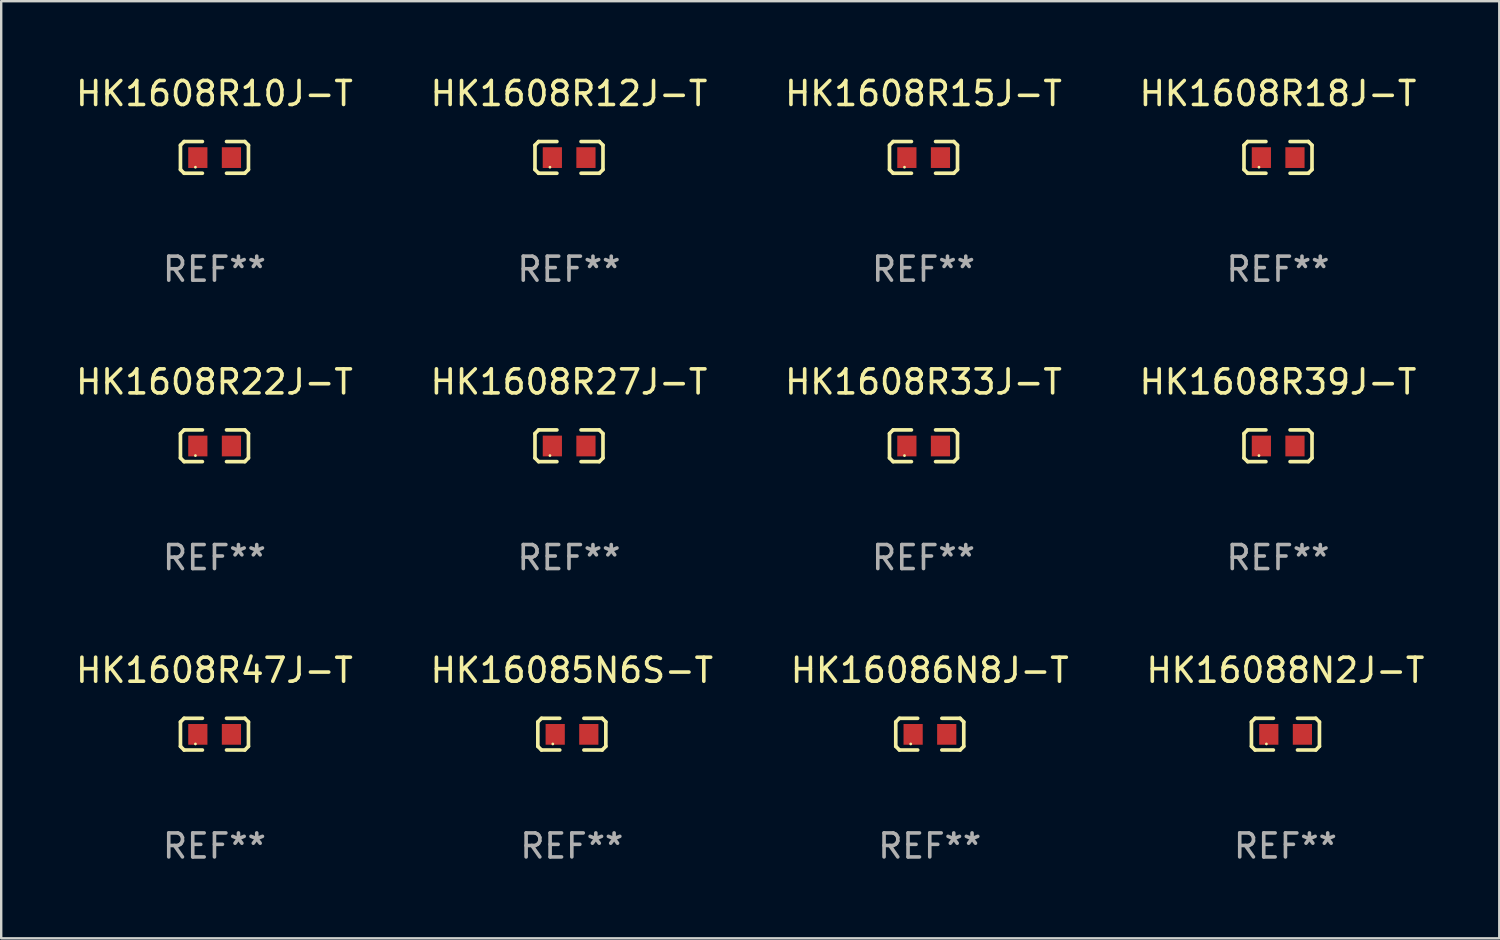
<source format=kicad_pcb>
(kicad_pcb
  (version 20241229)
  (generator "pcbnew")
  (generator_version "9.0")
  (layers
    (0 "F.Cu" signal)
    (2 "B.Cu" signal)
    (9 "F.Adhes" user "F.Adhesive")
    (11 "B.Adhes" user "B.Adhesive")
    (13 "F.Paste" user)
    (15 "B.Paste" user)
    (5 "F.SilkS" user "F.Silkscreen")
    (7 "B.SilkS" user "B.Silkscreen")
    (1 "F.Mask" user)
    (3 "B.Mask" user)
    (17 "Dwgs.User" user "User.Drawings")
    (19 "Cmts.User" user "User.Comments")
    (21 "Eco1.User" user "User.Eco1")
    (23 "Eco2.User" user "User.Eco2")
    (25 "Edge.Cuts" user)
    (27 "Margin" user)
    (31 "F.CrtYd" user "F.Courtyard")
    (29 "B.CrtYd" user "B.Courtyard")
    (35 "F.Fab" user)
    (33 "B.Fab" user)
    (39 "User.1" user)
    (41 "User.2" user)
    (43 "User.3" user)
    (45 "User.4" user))
  (footprint "HK1608R39J-T"
    (layer "F.Cu")
    (at 50.208 15.527)
    (property "Reference" "HK1608R39J-T" (at 0 -2.661 0) (layer "F.SilkS") (effects (font (size 1 1) (thickness 0.15))))
    (attr through_hole)
    (fp_line (start -1.417 -0.508) (end -1.265 -0.661) (stroke (width 0.152) (type solid)) (layer "F.SilkS"))
    (fp_line (start -1.417 0.508) (end -1.417 -0.508) (stroke (width 0.152) (type solid)) (layer "F.SilkS"))
    (fp_line (start -1.265 -0.661) (end -0.503 -0.661) (stroke (width 0.152) (type solid)) (layer "F.SilkS"))
    (fp_line (start -1.265 0.661) (end -1.417 0.508) (stroke (width 0.152) (type solid)) (layer "F.SilkS"))
    (fp_line (start -1.265 0.661) (end -0.503 0.661) (stroke (width 0.152) (type solid)) (layer "F.SilkS"))
    (fp_line (start 1.265 -0.661) (end 0.503 -0.661) (stroke (width 0.152) (type solid)) (layer "F.SilkS"))
    (fp_line (start 1.265 -0.661) (end 1.417 -0.508) (stroke (width 0.152) (type solid)) (layer "F.SilkS"))
    (fp_line (start 1.265 0.661) (end 0.503 0.661) (stroke (width 0.152) (type solid)) (layer "F.SilkS"))
    (fp_line (start 1.417 -0.508) (end 1.417 0.508) (stroke (width 0.152) (type solid)) (layer "F.SilkS"))
    (fp_line (start 1.417 0.508) (end 1.265 0.661) (stroke (width 0.152) (type solid)) (layer "F.SilkS"))
    (fp_circle (center -0.793 0.409) (end -0.763 0.409) (stroke (width 0.06) (type solid)) (fill no) (layer "F.SilkS"))
    (fp_text user "REF**" (at 0 4.661 0) (layer "F.Fab") (effects (font (size 1 1) (thickness 0.15))))
    (pad "1" smd rect (at -0.693 0.009 180) (size 0.8 0.864) (layers "F.Cu" "F.Mask" "F.Paste"))
    (pad "2" smd rect (at 0.707 0.009 180) (size 0.8 0.864) (layers "F.Cu" "F.Mask" "F.Paste")))
  (footprint "HK1608R12J-T"
    (layer "F.Cu")
    (at 20.661 3.509)
    (property "Reference" "HK1608R12J-T" (at 0 -2.661 0) (layer "F.SilkS") (effects (font (size 1 1) (thickness 0.15))))
    (attr through_hole)
    (fp_line (start -1.417 -0.508) (end -1.265 -0.661) (stroke (width 0.152) (type solid)) (layer "F.SilkS"))
    (fp_line (start -1.417 0.508) (end -1.417 -0.508) (stroke (width 0.152) (type solid)) (layer "F.SilkS"))
    (fp_line (start -1.265 -0.661) (end -0.503 -0.661) (stroke (width 0.152) (type solid)) (layer "F.SilkS"))
    (fp_line (start -1.265 0.661) (end -1.417 0.508) (stroke (width 0.152) (type solid)) (layer "F.SilkS"))
    (fp_line (start -1.265 0.661) (end -0.503 0.661) (stroke (width 0.152) (type solid)) (layer "F.SilkS"))
    (fp_line (start 1.265 -0.661) (end 0.503 -0.661) (stroke (width 0.152) (type solid)) (layer "F.SilkS"))
    (fp_line (start 1.265 -0.661) (end 1.417 -0.508) (stroke (width 0.152) (type solid)) (layer "F.SilkS"))
    (fp_line (start 1.265 0.661) (end 0.503 0.661) (stroke (width 0.152) (type solid)) (layer "F.SilkS"))
    (fp_line (start 1.417 -0.508) (end 1.417 0.508) (stroke (width 0.152) (type solid)) (layer "F.SilkS"))
    (fp_line (start 1.417 0.508) (end 1.265 0.661) (stroke (width 0.152) (type solid)) (layer "F.SilkS"))
    (fp_circle (center -0.793 0.409) (end -0.763 0.409) (stroke (width 0.06) (type solid)) (fill no) (layer "F.SilkS"))
    (fp_text user "REF**" (at 0 4.661 0) (layer "F.Fab") (effects (font (size 1 1) (thickness 0.15))))
    (pad "1" smd rect (at -0.693 0.009 180) (size 0.8 0.864) (layers "F.Cu" "F.Mask" "F.Paste"))
    (pad "2" smd rect (at 0.707 0.009 180) (size 0.8 0.864) (layers "F.Cu" "F.Mask" "F.Paste")))
  (footprint "HK16088N2J-T"
    (layer "F.Cu")
    (at 50.518 27.544)
    (property "Reference" "HK16088N2J-T" (at 0 -2.661 0) (layer "F.SilkS") (effects (font (size 1 1) (thickness 0.15))))
    (attr through_hole)
    (fp_line (start -1.417 -0.508) (end -1.265 -0.661) (stroke (width 0.152) (type solid)) (layer "F.SilkS"))
    (fp_line (start -1.417 0.508) (end -1.417 -0.508) (stroke (width 0.152) (type solid)) (layer "F.SilkS"))
    (fp_line (start -1.265 -0.661) (end -0.503 -0.661) (stroke (width 0.152) (type solid)) (layer "F.SilkS"))
    (fp_line (start -1.265 0.661) (end -1.417 0.508) (stroke (width 0.152) (type solid)) (layer "F.SilkS"))
    (fp_line (start -1.265 0.661) (end -0.503 0.661) (stroke (width 0.152) (type solid)) (layer "F.SilkS"))
    (fp_line (start 1.265 -0.661) (end 0.503 -0.661) (stroke (width 0.152) (type solid)) (layer "F.SilkS"))
    (fp_line (start 1.265 -0.661) (end 1.417 -0.508) (stroke (width 0.152) (type solid)) (layer "F.SilkS"))
    (fp_line (start 1.265 0.661) (end 0.503 0.661) (stroke (width 0.152) (type solid)) (layer "F.SilkS"))
    (fp_line (start 1.417 -0.508) (end 1.417 0.508) (stroke (width 0.152) (type solid)) (layer "F.SilkS"))
    (fp_line (start 1.417 0.508) (end 1.265 0.661) (stroke (width 0.152) (type solid)) (layer "F.SilkS"))
    (fp_circle (center -0.793 0.409) (end -0.763 0.409) (stroke (width 0.06) (type solid)) (fill no) (layer "F.SilkS"))
    (fp_text user "REF**" (at 0 4.661 0) (layer "F.Fab") (effects (font (size 1 1) (thickness 0.15))))
    (pad "1" smd rect (at -0.693 0.009 180) (size 0.8 0.864) (layers "F.Cu" "F.Mask" "F.Paste"))
    (pad "2" smd rect (at 0.707 0.009 180) (size 0.8 0.864) (layers "F.Cu" "F.Mask" "F.Paste")))
  (footprint "HK1608R10J-T"
    (layer "F.Cu")
    (at 5.887 3.509)
    (property "Reference" "HK1608R10J-T" (at 0 -2.661 0) (layer "F.SilkS") (effects (font (size 1 1) (thickness 0.15))))
    (attr through_hole)
    (fp_line (start -1.417 -0.508) (end -1.265 -0.661) (stroke (width 0.152) (type solid)) (layer "F.SilkS"))
    (fp_line (start -1.417 0.508) (end -1.417 -0.508) (stroke (width 0.152) (type solid)) (layer "F.SilkS"))
    (fp_line (start -1.265 -0.661) (end -0.503 -0.661) (stroke (width 0.152) (type solid)) (layer "F.SilkS"))
    (fp_line (start -1.265 0.661) (end -1.417 0.508) (stroke (width 0.152) (type solid)) (layer "F.SilkS"))
    (fp_line (start -1.265 0.661) (end -0.503 0.661) (stroke (width 0.152) (type solid)) (layer "F.SilkS"))
    (fp_line (start 1.265 -0.661) (end 0.503 -0.661) (stroke (width 0.152) (type solid)) (layer "F.SilkS"))
    (fp_line (start 1.265 -0.661) (end 1.417 -0.508) (stroke (width 0.152) (type solid)) (layer "F.SilkS"))
    (fp_line (start 1.265 0.661) (end 0.503 0.661) (stroke (width 0.152) (type solid)) (layer "F.SilkS"))
    (fp_line (start 1.417 -0.508) (end 1.417 0.508) (stroke (width 0.152) (type solid)) (layer "F.SilkS"))
    (fp_line (start 1.417 0.508) (end 1.265 0.661) (stroke (width 0.152) (type solid)) (layer "F.SilkS"))
    (fp_circle (center -0.793 0.409) (end -0.763 0.409) (stroke (width 0.06) (type solid)) (fill no) (layer "F.SilkS"))
    (fp_text user "REF**" (at 0 4.661 0) (layer "F.Fab") (effects (font (size 1 1) (thickness 0.15))))
    (pad "1" smd rect (at -0.693 0.009 180) (size 0.8 0.864) (layers "F.Cu" "F.Mask" "F.Paste"))
    (pad "2" smd rect (at 0.707 0.009 180) (size 0.8 0.864) (layers "F.Cu" "F.Mask" "F.Paste")))
  (footprint "HK1608R18J-T"
    (layer "F.Cu")
    (at 50.208 3.509)
    (property "Reference" "HK1608R18J-T" (at 0 -2.661 0) (layer "F.SilkS") (effects (font (size 1 1) (thickness 0.15))))
    (attr through_hole)
    (fp_line (start -1.417 -0.508) (end -1.265 -0.661) (stroke (width 0.152) (type solid)) (layer "F.SilkS"))
    (fp_line (start -1.417 0.508) (end -1.417 -0.508) (stroke (width 0.152) (type solid)) (layer "F.SilkS"))
    (fp_line (start -1.265 -0.661) (end -0.503 -0.661) (stroke (width 0.152) (type solid)) (layer "F.SilkS"))
    (fp_line (start -1.265 0.661) (end -1.417 0.508) (stroke (width 0.152) (type solid)) (layer "F.SilkS"))
    (fp_line (start -1.265 0.661) (end -0.503 0.661) (stroke (width 0.152) (type solid)) (layer "F.SilkS"))
    (fp_line (start 1.265 -0.661) (end 0.503 -0.661) (stroke (width 0.152) (type solid)) (layer "F.SilkS"))
    (fp_line (start 1.265 -0.661) (end 1.417 -0.508) (stroke (width 0.152) (type solid)) (layer "F.SilkS"))
    (fp_line (start 1.265 0.661) (end 0.503 0.661) (stroke (width 0.152) (type solid)) (layer "F.SilkS"))
    (fp_line (start 1.417 -0.508) (end 1.417 0.508) (stroke (width 0.152) (type solid)) (layer "F.SilkS"))
    (fp_line (start 1.417 0.508) (end 1.265 0.661) (stroke (width 0.152) (type solid)) (layer "F.SilkS"))
    (fp_circle (center -0.793 0.409) (end -0.763 0.409) (stroke (width 0.06) (type solid)) (fill no) (layer "F.SilkS"))
    (fp_text user "REF**" (at 0 4.661 0) (layer "F.Fab") (effects (font (size 1 1) (thickness 0.15))))
    (pad "1" smd rect (at -0.693 0.009 180) (size 0.8 0.864) (layers "F.Cu" "F.Mask" "F.Paste"))
    (pad "2" smd rect (at 0.707 0.009 180) (size 0.8 0.864) (layers "F.Cu" "F.Mask" "F.Paste")))
  (footprint "HK1608R33J-T"
    (layer "F.Cu")
    (at 35.435 15.527)
    (property "Reference" "HK1608R33J-T" (at 0 -2.661 0) (layer "F.SilkS") (effects (font (size 1 1) (thickness 0.15))))
    (attr through_hole)
    (fp_line (start -1.417 -0.508) (end -1.265 -0.661) (stroke (width 0.152) (type solid)) (layer "F.SilkS"))
    (fp_line (start -1.417 0.508) (end -1.417 -0.508) (stroke (width 0.152) (type solid)) (layer "F.SilkS"))
    (fp_line (start -1.265 -0.661) (end -0.503 -0.661) (stroke (width 0.152) (type solid)) (layer "F.SilkS"))
    (fp_line (start -1.265 0.661) (end -1.417 0.508) (stroke (width 0.152) (type solid)) (layer "F.SilkS"))
    (fp_line (start -1.265 0.661) (end -0.503 0.661) (stroke (width 0.152) (type solid)) (layer "F.SilkS"))
    (fp_line (start 1.265 -0.661) (end 0.503 -0.661) (stroke (width 0.152) (type solid)) (layer "F.SilkS"))
    (fp_line (start 1.265 -0.661) (end 1.417 -0.508) (stroke (width 0.152) (type solid)) (layer "F.SilkS"))
    (fp_line (start 1.265 0.661) (end 0.503 0.661) (stroke (width 0.152) (type solid)) (layer "F.SilkS"))
    (fp_line (start 1.417 -0.508) (end 1.417 0.508) (stroke (width 0.152) (type solid)) (layer "F.SilkS"))
    (fp_line (start 1.417 0.508) (end 1.265 0.661) (stroke (width 0.152) (type solid)) (layer "F.SilkS"))
    (fp_circle (center -0.793 0.409) (end -0.763 0.409) (stroke (width 0.06) (type solid)) (fill no) (layer "F.SilkS"))
    (fp_text user "REF**" (at 0 4.661 0) (layer "F.Fab") (effects (font (size 1 1) (thickness 0.15))))
    (pad "1" smd rect (at -0.693 0.009 180) (size 0.8 0.864) (layers "F.Cu" "F.Mask" "F.Paste"))
    (pad "2" smd rect (at 0.707 0.009 180) (size 0.8 0.864) (layers "F.Cu" "F.Mask" "F.Paste")))
  (footprint "HK1608R22J-T"
    (layer "F.Cu")
    (at 5.887 15.527)
    (property "Reference" "HK1608R22J-T" (at 0 -2.661 0) (layer "F.SilkS") (effects (font (size 1 1) (thickness 0.15))))
    (attr through_hole)
    (fp_line (start -1.417 -0.508) (end -1.265 -0.661) (stroke (width 0.152) (type solid)) (layer "F.SilkS"))
    (fp_line (start -1.417 0.508) (end -1.417 -0.508) (stroke (width 0.152) (type solid)) (layer "F.SilkS"))
    (fp_line (start -1.265 -0.661) (end -0.503 -0.661) (stroke (width 0.152) (type solid)) (layer "F.SilkS"))
    (fp_line (start -1.265 0.661) (end -1.417 0.508) (stroke (width 0.152) (type solid)) (layer "F.SilkS"))
    (fp_line (start -1.265 0.661) (end -0.503 0.661) (stroke (width 0.152) (type solid)) (layer "F.SilkS"))
    (fp_line (start 1.265 -0.661) (end 0.503 -0.661) (stroke (width 0.152) (type solid)) (layer "F.SilkS"))
    (fp_line (start 1.265 -0.661) (end 1.417 -0.508) (stroke (width 0.152) (type solid)) (layer "F.SilkS"))
    (fp_line (start 1.265 0.661) (end 0.503 0.661) (stroke (width 0.152) (type solid)) (layer "F.SilkS"))
    (fp_line (start 1.417 -0.508) (end 1.417 0.508) (stroke (width 0.152) (type solid)) (layer "F.SilkS"))
    (fp_line (start 1.417 0.508) (end 1.265 0.661) (stroke (width 0.152) (type solid)) (layer "F.SilkS"))
    (fp_circle (center -0.793 0.409) (end -0.763 0.409) (stroke (width 0.06) (type solid)) (fill no) (layer "F.SilkS"))
    (fp_text user "REF**" (at 0 4.661 0) (layer "F.Fab") (effects (font (size 1 1) (thickness 0.15))))
    (pad "1" smd rect (at -0.693 0.009 180) (size 0.8 0.864) (layers "F.Cu" "F.Mask" "F.Paste"))
    (pad "2" smd rect (at 0.707 0.009 180) (size 0.8 0.864) (layers "F.Cu" "F.Mask" "F.Paste")))
  (footprint "HK16085N6S-T"
    (layer "F.Cu")
    (at 20.78 27.544)
    (property "Reference" "HK16085N6S-T" (at 0 -2.661 0) (layer "F.SilkS") (effects (font (size 1 1) (thickness 0.15))))
    (attr through_hole)
    (fp_line (start -1.417 -0.508) (end -1.265 -0.661) (stroke (width 0.152) (type solid)) (layer "F.SilkS"))
    (fp_line (start -1.417 0.508) (end -1.417 -0.508) (stroke (width 0.152) (type solid)) (layer "F.SilkS"))
    (fp_line (start -1.265 -0.661) (end -0.503 -0.661) (stroke (width 0.152) (type solid)) (layer "F.SilkS"))
    (fp_line (start -1.265 0.661) (end -1.417 0.508) (stroke (width 0.152) (type solid)) (layer "F.SilkS"))
    (fp_line (start -1.265 0.661) (end -0.503 0.661) (stroke (width 0.152) (type solid)) (layer "F.SilkS"))
    (fp_line (start 1.265 -0.661) (end 0.503 -0.661) (stroke (width 0.152) (type solid)) (layer "F.SilkS"))
    (fp_line (start 1.265 -0.661) (end 1.417 -0.508) (stroke (width 0.152) (type solid)) (layer "F.SilkS"))
    (fp_line (start 1.265 0.661) (end 0.503 0.661) (stroke (width 0.152) (type solid)) (layer "F.SilkS"))
    (fp_line (start 1.417 -0.508) (end 1.417 0.508) (stroke (width 0.152) (type solid)) (layer "F.SilkS"))
    (fp_line (start 1.417 0.508) (end 1.265 0.661) (stroke (width 0.152) (type solid)) (layer "F.SilkS"))
    (fp_circle (center -0.793 0.409) (end -0.763 0.409) (stroke (width 0.06) (type solid)) (fill no) (layer "F.SilkS"))
    (fp_text user "REF**" (at 0 4.661 0) (layer "F.Fab") (effects (font (size 1 1) (thickness 0.15))))
    (pad "1" smd rect (at -0.693 0.009 180) (size 0.8 0.864) (layers "F.Cu" "F.Mask" "F.Paste"))
    (pad "2" smd rect (at 0.707 0.009 180) (size 0.8 0.864) (layers "F.Cu" "F.Mask" "F.Paste")))
  (footprint "HK1608R47J-T"
    (layer "F.Cu")
    (at 5.887 27.544)
    (property "Reference" "HK1608R47J-T" (at 0 -2.661 0) (layer "F.SilkS") (effects (font (size 1 1) (thickness 0.15))))
    (attr through_hole)
    (fp_line (start -1.417 -0.508) (end -1.265 -0.661) (stroke (width 0.152) (type solid)) (layer "F.SilkS"))
    (fp_line (start -1.417 0.508) (end -1.417 -0.508) (stroke (width 0.152) (type solid)) (layer "F.SilkS"))
    (fp_line (start -1.265 -0.661) (end -0.503 -0.661) (stroke (width 0.152) (type solid)) (layer "F.SilkS"))
    (fp_line (start -1.265 0.661) (end -1.417 0.508) (stroke (width 0.152) (type solid)) (layer "F.SilkS"))
    (fp_line (start -1.265 0.661) (end -0.503 0.661) (stroke (width 0.152) (type solid)) (layer "F.SilkS"))
    (fp_line (start 1.265 -0.661) (end 0.503 -0.661) (stroke (width 0.152) (type solid)) (layer "F.SilkS"))
    (fp_line (start 1.265 -0.661) (end 1.417 -0.508) (stroke (width 0.152) (type solid)) (layer "F.SilkS"))
    (fp_line (start 1.265 0.661) (end 0.503 0.661) (stroke (width 0.152) (type solid)) (layer "F.SilkS"))
    (fp_line (start 1.417 -0.508) (end 1.417 0.508) (stroke (width 0.152) (type solid)) (layer "F.SilkS"))
    (fp_line (start 1.417 0.508) (end 1.265 0.661) (stroke (width 0.152) (type solid)) (layer "F.SilkS"))
    (fp_circle (center -0.793 0.409) (end -0.763 0.409) (stroke (width 0.06) (type solid)) (fill no) (layer "F.SilkS"))
    (fp_text user "REF**" (at 0 4.661 0) (layer "F.Fab") (effects (font (size 1 1) (thickness 0.15))))
    (pad "1" smd rect (at -0.693 0.009 180) (size 0.8 0.864) (layers "F.Cu" "F.Mask" "F.Paste"))
    (pad "2" smd rect (at 0.707 0.009 180) (size 0.8 0.864) (layers "F.Cu" "F.Mask" "F.Paste")))
  (footprint "HK1608R15J-T"
    (layer "F.Cu")
    (at 35.435 3.509)
    (property "Reference" "HK1608R15J-T" (at 0 -2.661 0) (layer "F.SilkS") (effects (font (size 1 1) (thickness 0.15))))
    (attr through_hole)
    (fp_line (start -1.417 -0.508) (end -1.265 -0.661) (stroke (width 0.152) (type solid)) (layer "F.SilkS"))
    (fp_line (start -1.417 0.508) (end -1.417 -0.508) (stroke (width 0.152) (type solid)) (layer "F.SilkS"))
    (fp_line (start -1.265 -0.661) (end -0.503 -0.661) (stroke (width 0.152) (type solid)) (layer "F.SilkS"))
    (fp_line (start -1.265 0.661) (end -1.417 0.508) (stroke (width 0.152) (type solid)) (layer "F.SilkS"))
    (fp_line (start -1.265 0.661) (end -0.503 0.661) (stroke (width 0.152) (type solid)) (layer "F.SilkS"))
    (fp_line (start 1.265 -0.661) (end 0.503 -0.661) (stroke (width 0.152) (type solid)) (layer "F.SilkS"))
    (fp_line (start 1.265 -0.661) (end 1.417 -0.508) (stroke (width 0.152) (type solid)) (layer "F.SilkS"))
    (fp_line (start 1.265 0.661) (end 0.503 0.661) (stroke (width 0.152) (type solid)) (layer "F.SilkS"))
    (fp_line (start 1.417 -0.508) (end 1.417 0.508) (stroke (width 0.152) (type solid)) (layer "F.SilkS"))
    (fp_line (start 1.417 0.508) (end 1.265 0.661) (stroke (width 0.152) (type solid)) (layer "F.SilkS"))
    (fp_circle (center -0.793 0.409) (end -0.763 0.409) (stroke (width 0.06) (type solid)) (fill no) (layer "F.SilkS"))
    (fp_text user "REF**" (at 0 4.661 0) (layer "F.Fab") (effects (font (size 1 1) (thickness 0.15))))
    (pad "1" smd rect (at -0.693 0.009 180) (size 0.8 0.864) (layers "F.Cu" "F.Mask" "F.Paste"))
    (pad "2" smd rect (at 0.707 0.009 180) (size 0.8 0.864) (layers "F.Cu" "F.Mask" "F.Paste")))
  (footprint "HK16086N8J-T"
    (layer "F.Cu")
    (at 35.696 27.544)
    (property "Reference" "HK16086N8J-T" (at 0 -2.661 0) (layer "F.SilkS") (effects (font (size 1 1) (thickness 0.15))))
    (attr through_hole)
    (fp_line (start -1.417 -0.508) (end -1.265 -0.661) (stroke (width 0.152) (type solid)) (layer "F.SilkS"))
    (fp_line (start -1.417 0.508) (end -1.417 -0.508) (stroke (width 0.152) (type solid)) (layer "F.SilkS"))
    (fp_line (start -1.265 -0.661) (end -0.503 -0.661) (stroke (width 0.152) (type solid)) (layer "F.SilkS"))
    (fp_line (start -1.265 0.661) (end -1.417 0.508) (stroke (width 0.152) (type solid)) (layer "F.SilkS"))
    (fp_line (start -1.265 0.661) (end -0.503 0.661) (stroke (width 0.152) (type solid)) (layer "F.SilkS"))
    (fp_line (start 1.265 -0.661) (end 0.503 -0.661) (stroke (width 0.152) (type solid)) (layer "F.SilkS"))
    (fp_line (start 1.265 -0.661) (end 1.417 -0.508) (stroke (width 0.152) (type solid)) (layer "F.SilkS"))
    (fp_line (start 1.265 0.661) (end 0.503 0.661) (stroke (width 0.152) (type solid)) (layer "F.SilkS"))
    (fp_line (start 1.417 -0.508) (end 1.417 0.508) (stroke (width 0.152) (type solid)) (layer "F.SilkS"))
    (fp_line (start 1.417 0.508) (end 1.265 0.661) (stroke (width 0.152) (type solid)) (layer "F.SilkS"))
    (fp_circle (center -0.793 0.409) (end -0.763 0.409) (stroke (width 0.06) (type solid)) (fill no) (layer "F.SilkS"))
    (fp_text user "REF**" (at 0 4.661 0) (layer "F.Fab") (effects (font (size 1 1) (thickness 0.15))))
    (pad "1" smd rect (at -0.693 0.009 180) (size 0.8 0.864) (layers "F.Cu" "F.Mask" "F.Paste"))
    (pad "2" smd rect (at 0.707 0.009 180) (size 0.8 0.864) (layers "F.Cu" "F.Mask" "F.Paste")))
  (footprint "HK1608R27J-T"
    (layer "F.Cu")
    (at 20.661 15.527)
    (property "Reference" "HK1608R27J-T" (at 0 -2.661 0) (layer "F.SilkS") (effects (font (size 1 1) (thickness 0.15))))
    (attr through_hole)
    (fp_line (start -1.417 -0.508) (end -1.265 -0.661) (stroke (width 0.152) (type solid)) (layer "F.SilkS"))
    (fp_line (start -1.417 0.508) (end -1.417 -0.508) (stroke (width 0.152) (type solid)) (layer "F.SilkS"))
    (fp_line (start -1.265 -0.661) (end -0.503 -0.661) (stroke (width 0.152) (type solid)) (layer "F.SilkS"))
    (fp_line (start -1.265 0.661) (end -1.417 0.508) (stroke (width 0.152) (type solid)) (layer "F.SilkS"))
    (fp_line (start -1.265 0.661) (end -0.503 0.661) (stroke (width 0.152) (type solid)) (layer "F.SilkS"))
    (fp_line (start 1.265 -0.661) (end 0.503 -0.661) (stroke (width 0.152) (type solid)) (layer "F.SilkS"))
    (fp_line (start 1.265 -0.661) (end 1.417 -0.508) (stroke (width 0.152) (type solid)) (layer "F.SilkS"))
    (fp_line (start 1.265 0.661) (end 0.503 0.661) (stroke (width 0.152) (type solid)) (layer "F.SilkS"))
    (fp_line (start 1.417 -0.508) (end 1.417 0.508) (stroke (width 0.152) (type solid)) (layer "F.SilkS"))
    (fp_line (start 1.417 0.508) (end 1.265 0.661) (stroke (width 0.152) (type solid)) (layer "F.SilkS"))
    (fp_circle (center -0.793 0.409) (end -0.763 0.409) (stroke (width 0.06) (type solid)) (fill no) (layer "F.SilkS"))
    (fp_text user "REF**" (at 0 4.661 0) (layer "F.Fab") (effects (font (size 1 1) (thickness 0.15))))
    (pad "1" smd rect (at -0.693 0.009 180) (size 0.8 0.864) (layers "F.Cu" "F.Mask" "F.Paste"))
    (pad "2" smd rect (at 0.707 0.009 180) (size 0.8 0.864) (layers "F.Cu" "F.Mask" "F.Paste")))
  (gr_rect
    (start -3 -3)
    (end 59.429 36.053)
    (stroke (width 0.1) (type default))
    (fill no)
    (layer "Edge.Cuts")))
</source>
